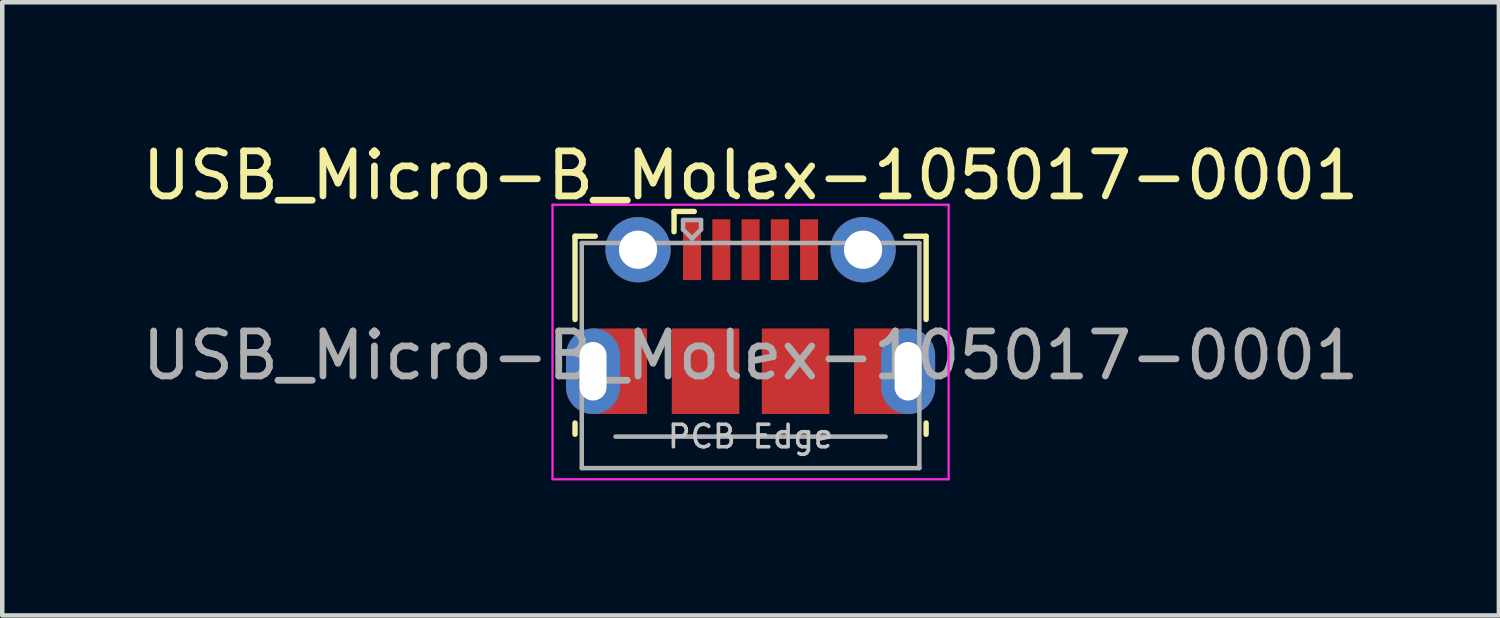
<source format=kicad_pcb>
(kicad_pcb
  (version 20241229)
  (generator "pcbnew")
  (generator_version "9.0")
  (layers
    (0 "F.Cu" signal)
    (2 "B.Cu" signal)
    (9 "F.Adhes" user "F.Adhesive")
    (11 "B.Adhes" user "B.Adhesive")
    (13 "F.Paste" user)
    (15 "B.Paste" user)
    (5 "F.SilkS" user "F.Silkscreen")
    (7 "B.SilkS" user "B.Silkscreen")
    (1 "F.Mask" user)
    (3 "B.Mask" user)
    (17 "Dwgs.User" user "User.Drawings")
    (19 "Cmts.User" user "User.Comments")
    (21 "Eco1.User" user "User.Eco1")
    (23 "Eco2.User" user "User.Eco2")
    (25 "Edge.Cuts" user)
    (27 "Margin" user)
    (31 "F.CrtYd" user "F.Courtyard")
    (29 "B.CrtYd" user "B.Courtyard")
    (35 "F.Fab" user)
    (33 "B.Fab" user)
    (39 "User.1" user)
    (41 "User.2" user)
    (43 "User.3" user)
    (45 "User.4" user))
  (footprint "USB_Micro-B_Molex-105017-0001"
    (layer "F.Cu")
    (at 13.625 4.848)
    (property "Reference" "USB_Micro-B_Molex-105017-0001" (at 0 -4 0) (layer "F.SilkS") (effects (font (size 1 1) (thickness 0.15))))
    (attr smd)
    (fp_line (start -3.9 -2.65) (end -3.45 -2.65) (stroke (width 0.12) (type solid)) (layer "F.SilkS"))
    (fp_line (start -3.9 -0.8) (end -3.9 -2.65) (stroke (width 0.12) (type solid)) (layer "F.SilkS"))
    (fp_line (start -3.9 1.75) (end -3.9 1.5) (stroke (width 0.12) (type solid)) (layer "F.SilkS"))
    (fp_line (start -1.7 -3.2) (end -1.7 -2.75) (stroke (width 0.12) (type solid)) (layer "F.SilkS"))
    (fp_line (start -1.7 -3.2) (end -1.25 -3.2) (stroke (width 0.12) (type solid)) (layer "F.SilkS"))
    (fp_line (start 3.9 -2.65) (end 3.45 -2.65) (stroke (width 0.12) (type solid)) (layer "F.SilkS"))
    (fp_line (start 3.9 -0.8) (end 3.9 -2.65) (stroke (width 0.12) (type solid)) (layer "F.SilkS"))
    (fp_line (start 3.9 1.75) (end 3.9 1.5) (stroke (width 0.12) (type solid)) (layer "F.SilkS"))
    (fp_line (start -4.4 -3.35) (end 4.4 -3.35) (stroke (width 0.05) (type solid)) (layer "F.CrtYd"))
    (fp_line (start -4.4 2.75) (end -4.4 -3.35) (stroke (width 0.05) (type solid)) (layer "F.CrtYd"))
    (fp_line (start -4.4 2.75) (end 4.4 2.75) (stroke (width 0.05) (type solid)) (layer "F.CrtYd"))
    (fp_line (start 4.4 -3.35) (end 4.4 2.75) (stroke (width 0.05) (type solid)) (layer "F.CrtYd"))
    (fp_line (start -3.75 -2.5) (end 3.75 -2.5) (stroke (width 0.1) (type solid)) (layer "F.Fab"))
    (fp_line (start -3.75 2.5) (end -3.75 -2.5) (stroke (width 0.1) (type solid)) (layer "F.Fab"))
    (fp_line (start -3.75 2.502) (end 3.75 2.502) (stroke (width 0.1) (type solid)) (layer "F.Fab"))
    (fp_line (start -3 1.802) (end 3 1.802) (stroke (width 0.1) (type solid)) (layer "F.Fab"))
    (fp_line (start -1.5 -3.01) (end -1.5 -2.8) (stroke (width 0.1) (type solid)) (layer "F.Fab"))
    (fp_line (start -1.5 -3.01) (end -1.1 -3.01) (stroke (width 0.1) (type solid)) (layer "F.Fab"))
    (fp_line (start -1.3 -2.6) (end -1.5 -2.8) (stroke (width 0.1) (type solid)) (layer "F.Fab"))
    (fp_line (start -1.1 -3.01) (end -1.1 -2.8) (stroke (width 0.1) (type solid)) (layer "F.Fab"))
    (fp_line (start -1.1 -2.8) (end -1.3 -2.6) (stroke (width 0.1) (type solid)) (layer "F.Fab"))
    (fp_line (start 3.75 2.5) (end 3.75 -2.5) (stroke (width 0.1) (type solid)) (layer "F.Fab"))
    (fp_text user "PCB Edge" (at 0 1.8 0) (layer "Dwgs.User") (effects (font (size 0.5 0.5) (thickness 0.08))))
    (fp_text user "${REFERENCE}" (at 0 0 0) (layer "F.Fab") (effects (font (size 1 1) (thickness 0.15))))
    (pad "1" smd rect (at -1.3 -2.35) (size 0.4 1.35) (layers "F.Cu" "F.Mask" "F.Paste"))
    (pad "2" smd rect (at -0.65 -2.35) (size 0.4 1.35) (layers "F.Cu" "F.Mask" "F.Paste"))
    (pad "3" smd rect (at 0 -2.35) (size 0.4 1.35) (layers "F.Cu" "F.Mask" "F.Paste"))
    (pad "4" smd rect (at 0.65 -2.35) (size 0.4 1.35) (layers "F.Cu" "F.Mask" "F.Paste"))
    (pad "5" smd rect (at 1.3 -2.35) (size 0.4 1.35) (layers "F.Cu" "F.Mask" "F.Paste"))
    (pad "6" thru_hole oval (at -3.5 0.35 180) (size 1.2 1.9) (drill oval 0.6 1.3) (layers "*.Cu" "*.Mask"))
    (pad "6" smd rect (at -2.9 0.35) (size 1.2 1.9) (layers "F.Cu" "F.Mask"))
    (pad "6" thru_hole circle (at -2.5 -2.35) (size 1.45 1.45) (drill 0.85) (layers "*.Cu" "*.Mask"))
    (pad "6" smd rect (at -1 0.35) (size 1.5 1.9) (layers "F.Cu" "F.Mask" "F.Paste"))
    (pad "6" smd rect (at 1 0.35) (size 1.5 1.9) (layers "F.Cu" "F.Mask" "F.Paste"))
    (pad "6" thru_hole circle (at 2.5 -2.35) (size 1.45 1.45) (drill 0.85) (layers "*.Cu" "*.Mask"))
    (pad "6" smd rect (at 2.9 0.35) (size 1.2 1.9) (layers "F.Cu" "F.Mask"))
    (pad "6" thru_hole oval (at 3.5 0.35) (size 1.2 1.9) (drill oval 0.6 1.3) (layers "*.Cu" "*.Mask")))
  (gr_rect
    (start -3 -3)
    (end 30.25 10.623)
    (stroke (width 0.1) (type default))
    (fill no)
    (layer "Edge.Cuts")))
</source>
